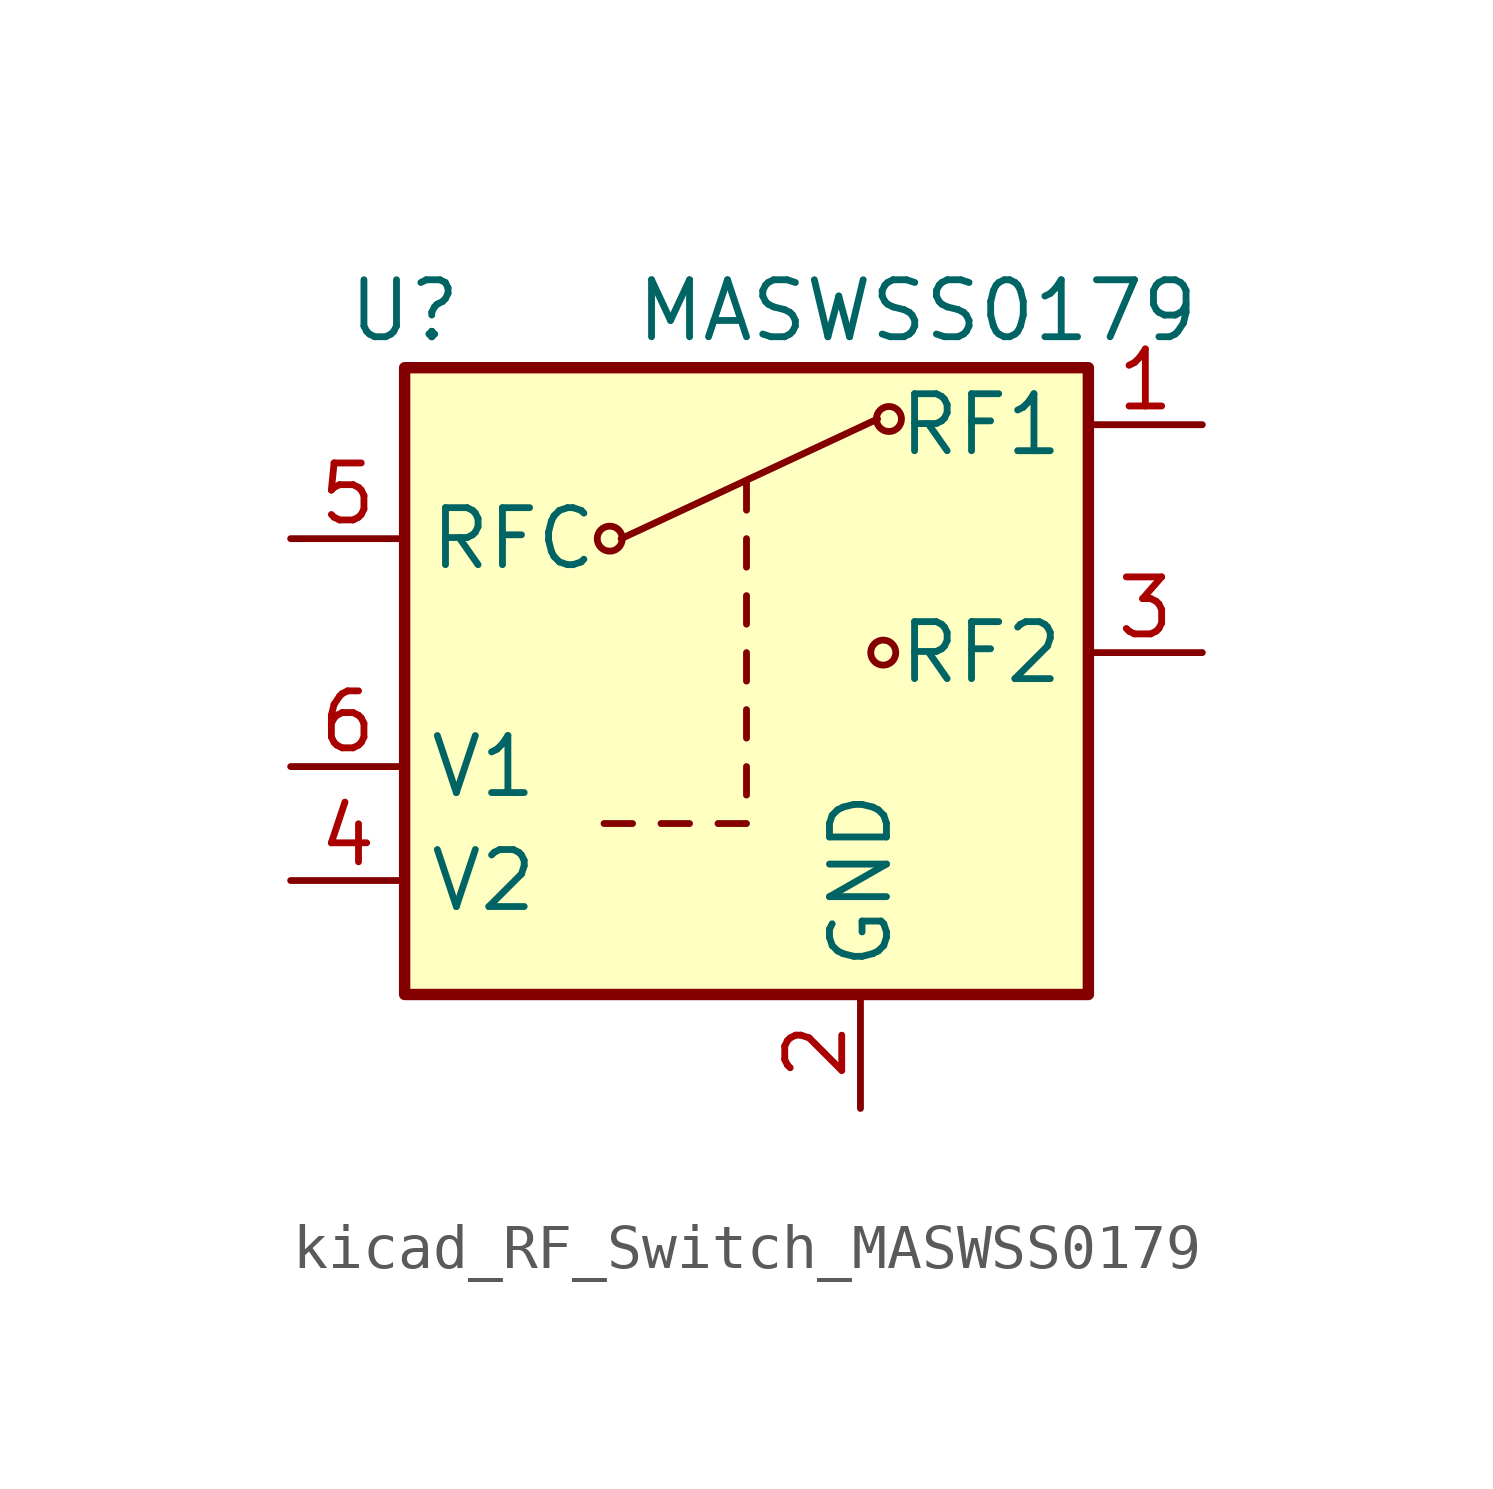
<source format=kicad_sym>
(kicad_symbol_lib
  (version 20220914)
  (generator kicad_symbol_editor)
  (symbol "kicad_RF_Switch_MASWSS0179"
    (property "Reference" "U"
      (at -7.62 7.62 0)
      (effects (font (size 1.27 1.27))))
    (property "Value" "MASWSS0179"
      (at 3.81 7.62 0)
      (effects (font (size 1.27 1.27))))
    (symbol "kicad_RF_Switch_MASWSS0179_0_1"
      (circle (center -3.048 2.54) (radius 0.279) (stroke (width 0) (type default)) (fill (type none)))
      (polyline (pts (xy -3.175 -3.81) (xy -2.54 -3.81)) (stroke (width 0) (type default)) (fill (type none)))
      (polyline (pts (xy -2.794 2.54) (xy 2.921 5.207)) (stroke (width 0) (type default)) (fill (type none)))
      (polyline (pts (xy -1.905 -3.81) (xy -1.27 -3.81)) (stroke (width 0) (type default)) (fill (type none)))
      (polyline (pts (xy -0.635 -3.81) (xy 0 -3.81)) (stroke (width 0) (type default)) (fill (type none)))
      (polyline (pts (xy 0 -3.175) (xy 0 -2.54)) (stroke (width 0) (type default)) (fill (type none)))
      (polyline (pts (xy 0 -1.905) (xy 0 -1.27)) (stroke (width 0) (type default)) (fill (type none)))
      (polyline (pts (xy 0 -0.635) (xy 0 0)) (stroke (width 0) (type default)) (fill (type none)))
      (polyline (pts (xy 0 0.635) (xy 0 1.27)) (stroke (width 0) (type default)) (fill (type none)))
      (polyline (pts (xy 0 1.905) (xy 0 2.54)) (stroke (width 0) (type default)) (fill (type none)))
      (polyline (pts (xy 0 3.175) (xy 0 3.81)) (stroke (width 0) (type default)) (fill (type none)))
      (circle (center 3.048 0) (radius 0.279) (stroke (width 0) (type default)) (fill (type none)))
      (circle (center 3.175 5.207) (radius 0.279) (stroke (width 0) (type default)) (fill (type none)))
      (rectangle (start 7.62 -7.62) (end -7.62 6.35) (stroke (width 0.254) (type default)) (fill (type background))))
    (symbol "kicad_RF_Switch_MASWSS0179_1_1"
      (pin passive line (at 10.16 5.08 180) (length 2.54) (name "RF1" (effects (font (size 1.27 1.27)))) (number "1" (effects (font (size 1.27 1.27)))))
      (pin power_in line (at 2.54 -10.16 90) (length 2.54) (name "GND" (effects (font (size 1.27 1.27)))) (number "2" (effects (font (size 1.27 1.27)))))
      (pin passive line (at 10.16 0 180) (length 2.54) (name "RF2" (effects (font (size 1.27 1.27)))) (number "3" (effects (font (size 1.27 1.27)))))
      (pin input line (at -10.16 -5.08 0) (length 2.54) (name "V2" (effects (font (size 1.27 1.27)))) (number "4" (effects (font (size 1.27 1.27)))))
      (pin passive line (at -10.16 2.54 0) (length 2.54) (name "RFC" (effects (font (size 1.27 1.27)))) (number "5" (effects (font (size 1.27 1.27)))))
      (pin input line (at -10.16 -2.54 0) (length 2.54) (name "V1" (effects (font (size 1.27 1.27)))) (number "6" (effects (font (size 1.27 1.27))))))))
</source>
